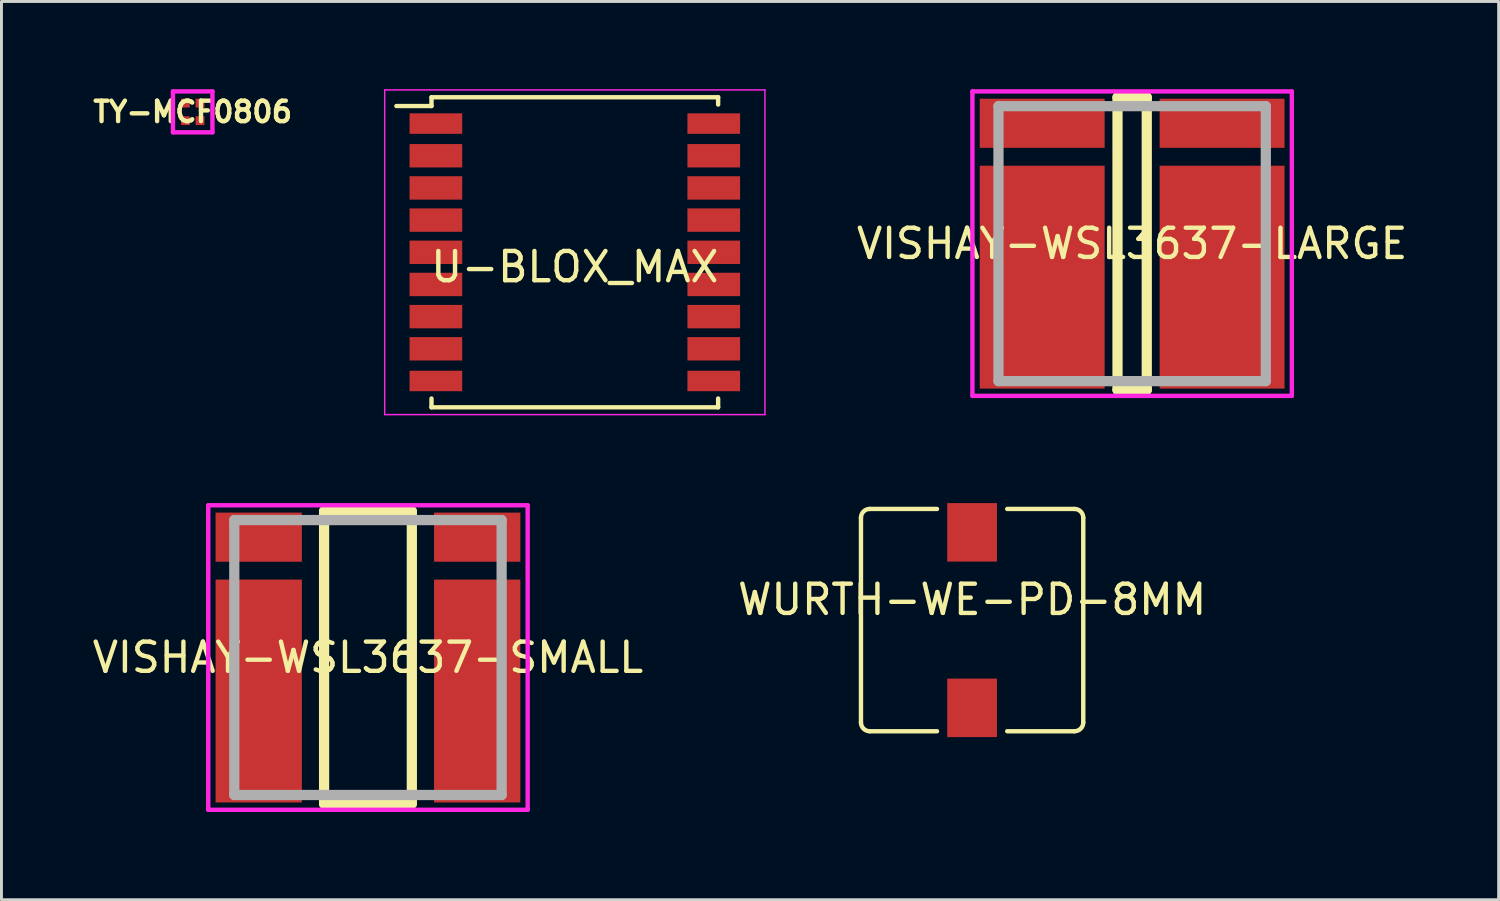
<source format=kicad_pcb>
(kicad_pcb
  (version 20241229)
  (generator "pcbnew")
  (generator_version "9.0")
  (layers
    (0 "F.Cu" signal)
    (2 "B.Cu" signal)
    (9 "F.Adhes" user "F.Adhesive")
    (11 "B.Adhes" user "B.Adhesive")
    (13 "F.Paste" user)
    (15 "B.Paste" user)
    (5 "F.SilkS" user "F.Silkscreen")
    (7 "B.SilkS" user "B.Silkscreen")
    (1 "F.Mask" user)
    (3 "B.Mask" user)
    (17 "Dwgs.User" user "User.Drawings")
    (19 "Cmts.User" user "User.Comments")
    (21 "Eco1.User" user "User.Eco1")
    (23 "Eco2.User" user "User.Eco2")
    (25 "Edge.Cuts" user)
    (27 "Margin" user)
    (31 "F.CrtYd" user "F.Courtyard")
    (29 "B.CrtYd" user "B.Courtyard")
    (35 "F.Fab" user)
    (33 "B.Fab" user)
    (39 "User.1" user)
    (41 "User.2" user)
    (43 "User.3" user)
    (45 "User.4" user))
  (footprint "VISHAY-WSL3637-SMALL"
    (layer "F.Cu")
    (at 9.53 19.43)
    (property "Reference" "VISHAY-WSL3637-SMALL" (at 0 0 0) (layer "F.SilkS") (effects (font (size 1 1) (thickness 0.15))))
    (attr smd)
    (fp_line (start -1.5 -5) (end -1.5 5) (stroke (width 0.35) (type solid)) (layer "F.SilkS"))
    (fp_line (start -1.5 -5) (end 1.5 -5) (stroke (width 0.35) (type solid)) (layer "F.SilkS"))
    (fp_line (start 1.5 -5) (end 1.5 5) (stroke (width 0.35) (type solid)) (layer "F.SilkS"))
    (fp_line (start 1.5 5) (end -1.5 5) (stroke (width 0.35) (type solid)) (layer "F.SilkS"))
    (fp_line (start -5.46 -5.205) (end 5.46 -5.205) (stroke (width 0.15) (type solid)) (layer "F.CrtYd"))
    (fp_line (start -5.46 5.205) (end -5.46 -5.205) (stroke (width 0.15) (type solid)) (layer "F.CrtYd"))
    (fp_line (start 5.46 -5.205) (end 5.46 5.205) (stroke (width 0.15) (type solid)) (layer "F.CrtYd"))
    (fp_line (start 5.46 5.205) (end -5.46 5.205) (stroke (width 0.15) (type solid)) (layer "F.CrtYd"))
    (fp_line (start -4.57 -4.7) (end 4.57 -4.7) (stroke (width 0.35) (type solid)) (layer "F.Fab"))
    (fp_line (start -4.57 4.7) (end -4.57 -4.7) (stroke (width 0.35) (type solid)) (layer "F.Fab"))
    (fp_line (start 4.57 -4.7) (end 4.57 4.7) (stroke (width 0.35) (type solid)) (layer "F.Fab"))
    (fp_line (start 4.57 4.7) (end -4.57 4.7) (stroke (width 0.35) (type solid)) (layer "F.Fab"))
    (pad "1" smd rect (at -3.735 1.145) (size 2.95 7.62) (layers "F.Cu" "F.Mask" "F.Paste"))
    (pad "2" smd rect (at -3.735 -4.115) (size 2.95 1.68) (layers "F.Cu" "F.Mask" "F.Paste"))
    (pad "3" smd rect (at 3.735 -4.115) (size 2.95 1.68) (layers "F.Cu" "F.Mask" "F.Paste"))
    (pad "4" smd rect (at 3.735 1.145) (size 2.95 7.62) (layers "F.Cu" "F.Mask" "F.Paste")))
  (footprint "VISHAY-WSL3637-LARGE"
    (layer "F.Cu")
    (at 35.656 5.28)
    (property "Reference" "VISHAY-WSL3637-LARGE" (at 0 0 0) (layer "F.SilkS") (effects (font (size 1 1) (thickness 0.15))))
    (attr smd)
    (fp_line (start -0.5 -5) (end -0.5 5) (stroke (width 0.35) (type solid)) (layer "F.SilkS"))
    (fp_line (start -0.5 -5) (end 0.5 -5) (stroke (width 0.35) (type solid)) (layer "F.SilkS"))
    (fp_line (start -0.5 5) (end 0.5 5) (stroke (width 0.35) (type solid)) (layer "F.SilkS"))
    (fp_line (start 0.5 5) (end 0.5 -5) (stroke (width 0.35) (type solid)) (layer "F.SilkS"))
    (fp_line (start -5.46 -5.205) (end 5.46 -5.205) (stroke (width 0.15) (type solid)) (layer "F.CrtYd"))
    (fp_line (start -5.46 5.205) (end -5.46 -5.205) (stroke (width 0.15) (type solid)) (layer "F.CrtYd"))
    (fp_line (start 5.46 -5.205) (end 5.46 5.205) (stroke (width 0.15) (type solid)) (layer "F.CrtYd"))
    (fp_line (start 5.46 5.205) (end -5.46 5.205) (stroke (width 0.15) (type solid)) (layer "F.CrtYd"))
    (fp_line (start -4.57 -4.7) (end 4.57 -4.7) (stroke (width 0.35) (type solid)) (layer "F.Fab"))
    (fp_line (start -4.57 4.7) (end -4.57 -4.7) (stroke (width 0.35) (type solid)) (layer "F.Fab"))
    (fp_line (start 4.57 -4.7) (end 4.57 4.7) (stroke (width 0.35) (type solid)) (layer "F.Fab"))
    (fp_line (start 4.57 4.7) (end -4.57 4.7) (stroke (width 0.35) (type solid)) (layer "F.Fab"))
    (pad "1" smd rect (at -3.075 1.145) (size 4.27 7.62) (layers "F.Cu" "F.Mask" "F.Paste"))
    (pad "2" smd rect (at -3.075 -4.115) (size 4.27 1.68) (layers "F.Cu" "F.Mask" "F.Paste"))
    (pad "3" smd rect (at 3.075 -4.115) (size 4.27 1.68) (layers "F.Cu" "F.Mask" "F.Paste"))
    (pad "4" smd rect (at 3.075 1.145) (size 4.27 7.62) (layers "F.Cu" "F.Mask" "F.Paste")))
  (footprint "U-BLOX_MAX"
    (layer "F.Cu")
    (at 16.602 5.575)
    (property "Reference" "U-BLOX_MAX" (at 0 0.5 0) (layer "F.SilkS") (effects (font (size 1 1) (thickness 0.15))))
    (attr through_hole)
    (fp_line (start -4.9 -5.3) (end -4.9 -5) (stroke (width 0.15) (type solid)) (layer "F.SilkS"))
    (fp_line (start -4.9 -5.3) (end 4.9 -5.3) (stroke (width 0.15) (type solid)) (layer "F.SilkS"))
    (fp_line (start -4.9 -5) (end -6.1 -5) (stroke (width 0.15) (type solid)) (layer "F.SilkS"))
    (fp_line (start -4.9 5) (end -4.9 5.3) (stroke (width 0.15) (type solid)) (layer "F.SilkS"))
    (fp_line (start -4.9 5.3) (end 4.9 5.3) (stroke (width 0.15) (type solid)) (layer "F.SilkS"))
    (fp_line (start 4.9 -5.3) (end 4.9 -5.05) (stroke (width 0.15) (type solid)) (layer "F.SilkS"))
    (fp_line (start 4.9 5.3) (end 4.9 5) (stroke (width 0.15) (type solid)) (layer "F.SilkS"))
    (fp_line (start -6.5 -5.55) (end -6.5 5.55) (stroke (width 0.05) (type solid)) (layer "F.CrtYd"))
    (fp_line (start -6.5 -5.55) (end 6.5 -5.55) (stroke (width 0.05) (type solid)) (layer "F.CrtYd"))
    (fp_line (start -6.5 5.55) (end 6.5 5.55) (stroke (width 0.05) (type solid)) (layer "F.CrtYd"))
    (fp_line (start 6.5 -5.55) (end 6.5 5.55) (stroke (width 0.05) (type solid)) (layer "F.CrtYd"))
    (pad "" smd rect (at -5.55 -4.4) (size 1.4 0.7) (layers "F.Paste"))
    (pad "" smd rect (at -5.55 -3.3) (size 1.4 0.7) (layers "F.Paste"))
    (pad "" smd rect (at -5.55 -2.2) (size 1.4 0.7) (layers "F.Paste"))
    (pad "" smd rect (at -5.55 -1.1) (size 1.4 0.7) (layers "F.Paste"))
    (pad "" smd rect (at -5.55 0) (size 1.4 0.7) (layers "F.Paste"))
    (pad "" smd rect (at -5.55 1.1) (size 1.4 0.7) (layers "F.Paste"))
    (pad "" smd rect (at -5.55 2.2) (size 1.4 0.7) (layers "F.Paste"))
    (pad "" smd rect (at -5.55 3.3) (size 1.4 0.7) (layers "F.Paste"))
    (pad "" smd rect (at -5.55 4.4) (size 1.4 0.7) (layers "F.Paste"))
    (pad "" smd rect (at 5.55 -4.4) (size 1.4 0.7) (layers "F.Paste"))
    (pad "" smd rect (at 5.55 -3.3) (size 1.4 0.7) (layers "F.Paste"))
    (pad "" smd rect (at 5.55 -2.2) (size 1.4 0.7) (layers "F.Paste"))
    (pad "" smd rect (at 5.55 -1.1) (size 1.4 0.7) (layers "F.Paste"))
    (pad "" smd rect (at 5.55 0) (size 1.4 0.7) (layers "F.Paste"))
    (pad "" smd rect (at 5.55 1.1) (size 1.4 0.7) (layers "F.Paste"))
    (pad "" smd rect (at 5.55 2.2) (size 1.4 0.7) (layers "F.Paste"))
    (pad "" smd rect (at 5.55 3.3) (size 1.4 0.7) (layers "F.Paste"))
    (pad "" smd rect (at 5.55 4.4) (size 1.4 0.7) (layers "F.Paste"))
    (pad "1" smd rect (at -4.75 -4.4) (size 1.8 0.7) (layers "F.Cu" "F.Mask" "F.Paste"))
    (pad "2" smd rect (at -4.75 -3.3) (size 1.8 0.8) (layers "F.Cu" "F.Mask" "F.Paste"))
    (pad "3" smd rect (at -4.75 -2.2) (size 1.8 0.8) (layers "F.Cu" "F.Mask" "F.Paste"))
    (pad "4" smd rect (at -4.75 -1.1) (size 1.8 0.8) (layers "F.Cu" "F.Mask" "F.Paste"))
    (pad "5" smd rect (at -4.75 0) (size 1.8 0.8) (layers "F.Cu" "F.Mask" "F.Paste"))
    (pad "6" smd rect (at -4.75 1.1) (size 1.8 0.8) (layers "F.Cu" "F.Mask" "F.Paste"))
    (pad "7" smd rect (at -4.75 2.2) (size 1.8 0.8) (layers "F.Cu" "F.Mask" "F.Paste"))
    (pad "8" smd rect (at -4.75 3.3) (size 1.8 0.8) (layers "F.Cu" "F.Mask" "F.Paste"))
    (pad "9" smd rect (at -4.75 4.4) (size 1.8 0.7) (layers "F.Cu" "F.Mask" "F.Paste"))
    (pad "10" smd rect (at 4.75 4.4) (size 1.8 0.7) (layers "F.Cu" "F.Mask" "F.Paste"))
    (pad "11" smd rect (at 4.75 3.3) (size 1.8 0.8) (layers "F.Cu" "F.Mask" "F.Paste"))
    (pad "12" smd rect (at 4.75 2.2) (size 1.8 0.8) (layers "F.Cu" "F.Mask" "F.Paste"))
    (pad "13" smd rect (at 4.75 1.1) (size 1.8 0.8) (layers "F.Cu" "F.Mask" "F.Paste"))
    (pad "14" smd rect (at 4.75 0) (size 1.8 0.8) (layers "F.Cu" "F.Mask" "F.Paste"))
    (pad "15" smd rect (at 4.75 -1.1) (size 1.8 0.8) (layers "F.Cu" "F.Mask" "F.Paste"))
    (pad "16" smd rect (at 4.75 -2.2) (size 1.8 0.8) (layers "F.Cu" "F.Mask" "F.Paste"))
    (pad "17" smd rect (at 4.75 -3.3) (size 1.8 0.8) (layers "F.Cu" "F.Mask" "F.Paste"))
    (pad "18" smd rect (at 4.75 -4.4) (size 1.8 0.7) (layers "F.Cu" "F.Mask" "F.Paste")))
  (footprint "TY-MCF0806"
    (layer "F.Cu")
    (at 3.538 0.775)
    (property "Reference" "TY-MCF0806" (at 0 0 0) (layer "F.SilkS") (effects (font (size 0.7 0.7) (thickness 0.15))))
    (attr smd)
    (fp_line (start -0.675 -0.7) (end 0.675 -0.7) (stroke (width 0.15) (type solid)) (layer "F.CrtYd"))
    (fp_line (start -0.675 0.7) (end -0.675 -0.7) (stroke (width 0.15) (type solid)) (layer "F.CrtYd"))
    (fp_line (start 0.675 -0.7) (end 0.675 0.7) (stroke (width 0.15) (type solid)) (layer "F.CrtYd"))
    (fp_line (start 0.675 0.7) (end -0.675 0.7) (stroke (width 0.15) (type solid)) (layer "F.CrtYd"))
    (pad "1" smd rect (at -0.25 0.3) (size 0.3 0.3) (layers "F.Cu" "F.Mask" "F.Paste"))
    (pad "2" smd rect (at -0.25 -0.3) (size 0.3 0.3) (layers "F.Cu" "F.Mask" "F.Paste"))
    (pad "3" smd rect (at 0.25 0.3) (size 0.3 0.3) (layers "F.Cu" "F.Mask" "F.Paste"))
    (pad "4" smd rect (at 0.25 -0.3) (size 0.3 0.3) (layers "F.Cu" "F.Mask" "F.Paste")))
  (footprint "WURTH-WE-PD-8MM"
    (layer "F.Cu")
    (at 30.185 18.15)
    (property "Reference" "WURTH-WE-PD-8MM" (at 0 -0.7 0) (layer "F.SilkS") (effects (font (size 1 1) (thickness 0.15))))
    (attr smd)
    (fp_line (start -3.8 -3.5) (end -3.8 3.5) (stroke (width 0.15) (type solid)) (layer "F.SilkS"))
    (fp_line (start -3.5 3.8) (end -1.2 3.8) (stroke (width 0.15) (type solid)) (layer "F.SilkS"))
    (fp_line (start -1.2 -3.8) (end -3.5 -3.8) (stroke (width 0.15) (type solid)) (layer "F.SilkS"))
    (fp_line (start 1.2 -3.8) (end 3.5 -3.8) (stroke (width 0.15) (type solid)) (layer "F.SilkS"))
    (fp_line (start 3.5 3.8) (end 1.2 3.8) (stroke (width 0.15) (type solid)) (layer "F.SilkS"))
    (fp_line (start 3.8 -3.5) (end 3.8 3.5) (stroke (width 0.15) (type solid)) (layer "F.SilkS"))
    (fp_arc (start -3.8 -3.5) (mid -3.712132 -3.712132) (end -3.5 -3.8) (stroke (width 0.15) (type solid)) (layer "F.SilkS"))
    (fp_arc (start -3.5 3.8) (mid -3.712132 3.712132) (end -3.8 3.5) (stroke (width 0.15) (type solid)) (layer "F.SilkS"))
    (fp_arc (start 3.5 -3.8) (mid 3.712132 -3.712132) (end 3.8 -3.5) (stroke (width 0.15) (type solid)) (layer "F.SilkS"))
    (fp_arc (start 3.8 3.5) (mid 3.712132 3.712132) (end 3.5 3.8) (stroke (width 0.15) (type solid)) (layer "F.SilkS"))
    (pad "1" smd rect (at 0 -3) (size 1.7 2) (layers "F.Cu" "F.Mask" "F.Paste"))
    (pad "2" smd rect (at 0 3) (size 1.7 2) (layers "F.Cu" "F.Mask" "F.Paste")))
  (gr_rect
    (start -3 -3)
    (end 48.186 27.71)
    (stroke (width 0.1) (type default))
    (fill no)
    (layer "Edge.Cuts")))
</source>
